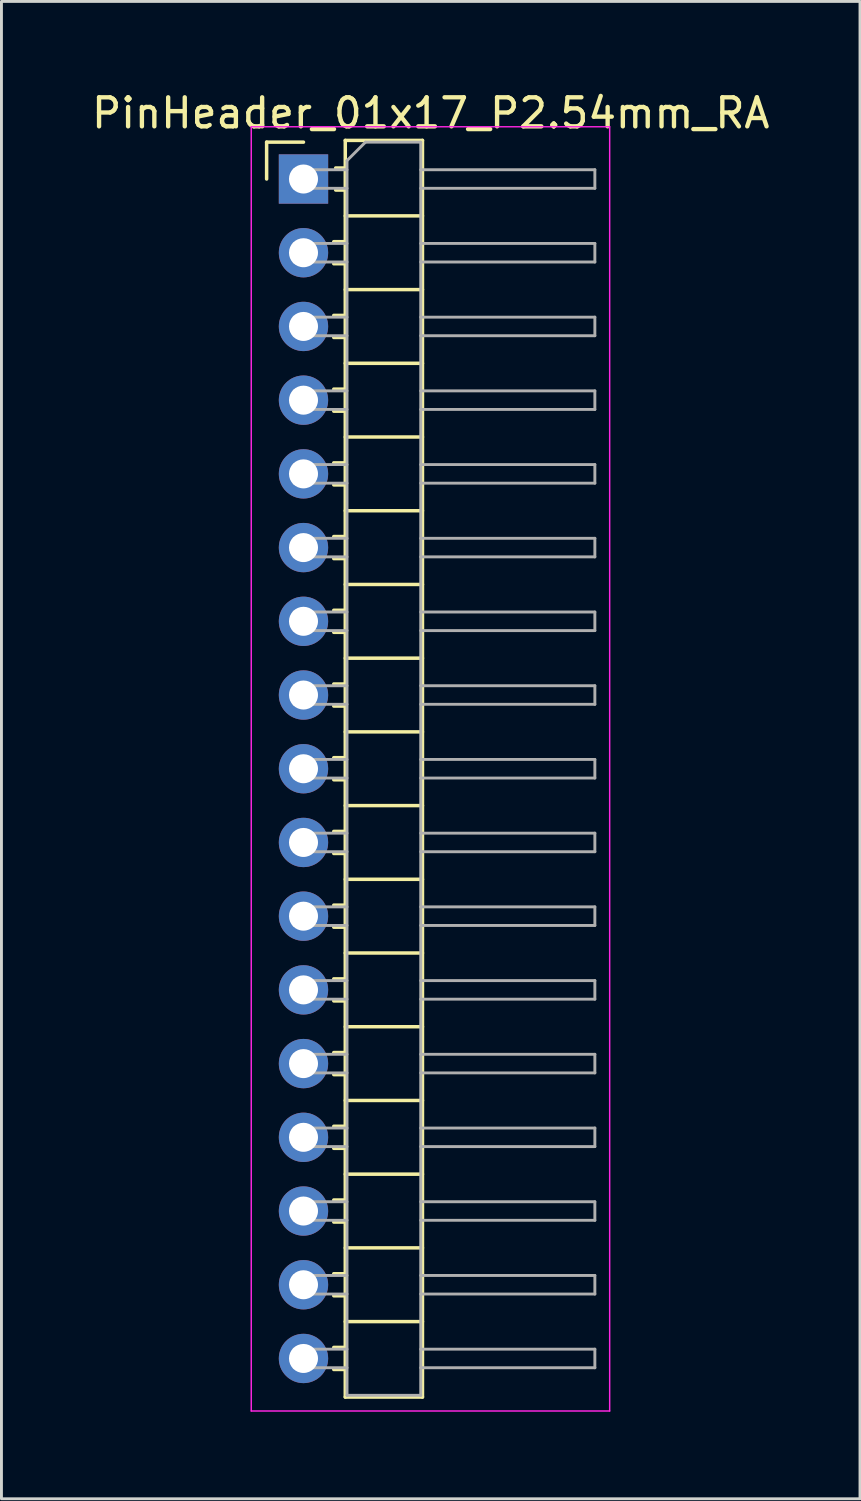
<source format=kicad_pcb>
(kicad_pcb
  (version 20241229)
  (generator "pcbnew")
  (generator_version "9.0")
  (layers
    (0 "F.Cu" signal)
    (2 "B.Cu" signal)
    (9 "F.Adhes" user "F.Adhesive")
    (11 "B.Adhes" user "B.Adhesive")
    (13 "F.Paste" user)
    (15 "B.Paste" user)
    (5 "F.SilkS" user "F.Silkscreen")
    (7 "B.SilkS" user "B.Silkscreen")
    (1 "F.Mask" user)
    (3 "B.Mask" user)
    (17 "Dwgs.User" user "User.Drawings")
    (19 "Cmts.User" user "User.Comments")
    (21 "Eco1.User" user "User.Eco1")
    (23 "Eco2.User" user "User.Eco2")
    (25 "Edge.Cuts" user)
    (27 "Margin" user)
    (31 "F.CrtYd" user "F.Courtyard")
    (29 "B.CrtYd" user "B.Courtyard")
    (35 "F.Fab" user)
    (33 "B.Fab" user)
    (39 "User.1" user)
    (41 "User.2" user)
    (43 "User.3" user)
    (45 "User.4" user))
  (footprint "PinHeader_01x17_P2.54mm_RA"
    (layer "F.Cu")
    (at 7.407 3.118)
    (property "Reference" "PinHeader_01x17_P2.54mm_RA" (at 4.385 -2.27 0) (layer "F.SilkS") (effects (font (size 1 1) (thickness 0.15))))
    (attr through_hole)
    (fp_line (start -1.27 -1.27) (end 0 -1.27) (stroke (width 0.12) (type solid)) (layer "F.SilkS"))
    (fp_line (start -1.27 0) (end -1.27 -1.27) (stroke (width 0.12) (type solid)) (layer "F.SilkS"))
    (fp_line (start 1.043 2.16) (end 1.44 2.16) (stroke (width 0.12) (type solid)) (layer "F.SilkS"))
    (fp_line (start 1.043 2.92) (end 1.44 2.92) (stroke (width 0.12) (type solid)) (layer "F.SilkS"))
    (fp_line (start 1.043 4.7) (end 1.44 4.7) (stroke (width 0.12) (type solid)) (layer "F.SilkS"))
    (fp_line (start 1.043 5.46) (end 1.44 5.46) (stroke (width 0.12) (type solid)) (layer "F.SilkS"))
    (fp_line (start 1.043 7.24) (end 1.44 7.24) (stroke (width 0.12) (type solid)) (layer "F.SilkS"))
    (fp_line (start 1.043 8) (end 1.44 8) (stroke (width 0.12) (type solid)) (layer "F.SilkS"))
    (fp_line (start 1.043 9.78) (end 1.44 9.78) (stroke (width 0.12) (type solid)) (layer "F.SilkS"))
    (fp_line (start 1.043 10.54) (end 1.44 10.54) (stroke (width 0.12) (type solid)) (layer "F.SilkS"))
    (fp_line (start 1.043 12.32) (end 1.44 12.32) (stroke (width 0.12) (type solid)) (layer "F.SilkS"))
    (fp_line (start 1.043 13.08) (end 1.44 13.08) (stroke (width 0.12) (type solid)) (layer "F.SilkS"))
    (fp_line (start 1.043 14.86) (end 1.44 14.86) (stroke (width 0.12) (type solid)) (layer "F.SilkS"))
    (fp_line (start 1.043 15.62) (end 1.44 15.62) (stroke (width 0.12) (type solid)) (layer "F.SilkS"))
    (fp_line (start 1.043 17.4) (end 1.44 17.4) (stroke (width 0.12) (type solid)) (layer "F.SilkS"))
    (fp_line (start 1.043 18.16) (end 1.44 18.16) (stroke (width 0.12) (type solid)) (layer "F.SilkS"))
    (fp_line (start 1.043 19.94) (end 1.44 19.94) (stroke (width 0.12) (type solid)) (layer "F.SilkS"))
    (fp_line (start 1.043 20.7) (end 1.44 20.7) (stroke (width 0.12) (type solid)) (layer "F.SilkS"))
    (fp_line (start 1.043 22.48) (end 1.44 22.48) (stroke (width 0.12) (type solid)) (layer "F.SilkS"))
    (fp_line (start 1.043 23.24) (end 1.44 23.24) (stroke (width 0.12) (type solid)) (layer "F.SilkS"))
    (fp_line (start 1.043 25.02) (end 1.44 25.02) (stroke (width 0.12) (type solid)) (layer "F.SilkS"))
    (fp_line (start 1.043 25.78) (end 1.44 25.78) (stroke (width 0.12) (type solid)) (layer "F.SilkS"))
    (fp_line (start 1.043 27.56) (end 1.44 27.56) (stroke (width 0.12) (type solid)) (layer "F.SilkS"))
    (fp_line (start 1.043 28.32) (end 1.44 28.32) (stroke (width 0.12) (type solid)) (layer "F.SilkS"))
    (fp_line (start 1.043 30.1) (end 1.44 30.1) (stroke (width 0.12) (type solid)) (layer "F.SilkS"))
    (fp_line (start 1.043 30.86) (end 1.44 30.86) (stroke (width 0.12) (type solid)) (layer "F.SilkS"))
    (fp_line (start 1.043 32.64) (end 1.44 32.64) (stroke (width 0.12) (type solid)) (layer "F.SilkS"))
    (fp_line (start 1.043 33.4) (end 1.44 33.4) (stroke (width 0.12) (type solid)) (layer "F.SilkS"))
    (fp_line (start 1.043 35.18) (end 1.44 35.18) (stroke (width 0.12) (type solid)) (layer "F.SilkS"))
    (fp_line (start 1.043 35.94) (end 1.44 35.94) (stroke (width 0.12) (type solid)) (layer "F.SilkS"))
    (fp_line (start 1.043 37.72) (end 1.44 37.72) (stroke (width 0.12) (type solid)) (layer "F.SilkS"))
    (fp_line (start 1.043 38.48) (end 1.44 38.48) (stroke (width 0.12) (type solid)) (layer "F.SilkS"))
    (fp_line (start 1.043 40.26) (end 1.44 40.26) (stroke (width 0.12) (type solid)) (layer "F.SilkS"))
    (fp_line (start 1.043 41.02) (end 1.44 41.02) (stroke (width 0.12) (type solid)) (layer "F.SilkS"))
    (fp_line (start 1.11 -0.38) (end 1.44 -0.38) (stroke (width 0.12) (type solid)) (layer "F.SilkS"))
    (fp_line (start 1.11 0.38) (end 1.44 0.38) (stroke (width 0.12) (type solid)) (layer "F.SilkS"))
    (fp_line (start 1.44 -1.33) (end 1.44 41.97) (stroke (width 0.12) (type solid)) (layer "F.SilkS"))
    (fp_line (start 1.44 1.27) (end 4.1 1.27) (stroke (width 0.12) (type solid)) (layer "F.SilkS"))
    (fp_line (start 1.44 3.81) (end 4.1 3.81) (stroke (width 0.12) (type solid)) (layer "F.SilkS"))
    (fp_line (start 1.44 6.35) (end 4.1 6.35) (stroke (width 0.12) (type solid)) (layer "F.SilkS"))
    (fp_line (start 1.44 8.89) (end 4.1 8.89) (stroke (width 0.12) (type solid)) (layer "F.SilkS"))
    (fp_line (start 1.44 11.43) (end 4.1 11.43) (stroke (width 0.12) (type solid)) (layer "F.SilkS"))
    (fp_line (start 1.44 13.97) (end 4.1 13.97) (stroke (width 0.12) (type solid)) (layer "F.SilkS"))
    (fp_line (start 1.44 16.51) (end 4.1 16.51) (stroke (width 0.12) (type solid)) (layer "F.SilkS"))
    (fp_line (start 1.44 19.05) (end 4.1 19.05) (stroke (width 0.12) (type solid)) (layer "F.SilkS"))
    (fp_line (start 1.44 21.59) (end 4.1 21.59) (stroke (width 0.12) (type solid)) (layer "F.SilkS"))
    (fp_line (start 1.44 24.13) (end 4.1 24.13) (stroke (width 0.12) (type solid)) (layer "F.SilkS"))
    (fp_line (start 1.44 26.67) (end 4.1 26.67) (stroke (width 0.12) (type solid)) (layer "F.SilkS"))
    (fp_line (start 1.44 29.21) (end 4.1 29.21) (stroke (width 0.12) (type solid)) (layer "F.SilkS"))
    (fp_line (start 1.44 31.75) (end 4.1 31.75) (stroke (width 0.12) (type solid)) (layer "F.SilkS"))
    (fp_line (start 1.44 34.29) (end 4.1 34.29) (stroke (width 0.12) (type solid)) (layer "F.SilkS"))
    (fp_line (start 1.44 36.83) (end 4.1 36.83) (stroke (width 0.12) (type solid)) (layer "F.SilkS"))
    (fp_line (start 1.44 39.37) (end 4.1 39.37) (stroke (width 0.12) (type solid)) (layer "F.SilkS"))
    (fp_line (start 1.44 41.97) (end 4.1 41.97) (stroke (width 0.12) (type solid)) (layer "F.SilkS"))
    (fp_line (start 4.1 -1.33) (end 1.44 -1.33) (stroke (width 0.12) (type solid)) (layer "F.SilkS"))
    (fp_line (start 4.1 41.97) (end 4.1 -1.33) (stroke (width 0.12) (type solid)) (layer "F.SilkS"))
    (fp_line (start -1.8 -1.8) (end -1.8 42.45) (stroke (width 0.05) (type solid)) (layer "F.CrtYd"))
    (fp_line (start -1.8 42.45) (end 10.55 42.45) (stroke (width 0.05) (type solid)) (layer "F.CrtYd"))
    (fp_line (start 10.55 -1.8) (end -1.8 -1.8) (stroke (width 0.05) (type solid)) (layer "F.CrtYd"))
    (fp_line (start 10.55 42.45) (end 10.55 -1.8) (stroke (width 0.05) (type solid)) (layer "F.CrtYd"))
    (fp_line (start -0.32 -0.32) (end -0.32 0.32) (stroke (width 0.1) (type solid)) (layer "F.Fab"))
    (fp_line (start -0.32 -0.32) (end 1.5 -0.32) (stroke (width 0.1) (type solid)) (layer "F.Fab"))
    (fp_line (start -0.32 0.32) (end 1.5 0.32) (stroke (width 0.1) (type solid)) (layer "F.Fab"))
    (fp_line (start -0.32 2.22) (end -0.32 2.86) (stroke (width 0.1) (type solid)) (layer "F.Fab"))
    (fp_line (start -0.32 2.22) (end 1.5 2.22) (stroke (width 0.1) (type solid)) (layer "F.Fab"))
    (fp_line (start -0.32 2.86) (end 1.5 2.86) (stroke (width 0.1) (type solid)) (layer "F.Fab"))
    (fp_line (start -0.32 4.76) (end -0.32 5.4) (stroke (width 0.1) (type solid)) (layer "F.Fab"))
    (fp_line (start -0.32 4.76) (end 1.5 4.76) (stroke (width 0.1) (type solid)) (layer "F.Fab"))
    (fp_line (start -0.32 5.4) (end 1.5 5.4) (stroke (width 0.1) (type solid)) (layer "F.Fab"))
    (fp_line (start -0.32 7.3) (end -0.32 7.94) (stroke (width 0.1) (type solid)) (layer "F.Fab"))
    (fp_line (start -0.32 7.3) (end 1.5 7.3) (stroke (width 0.1) (type solid)) (layer "F.Fab"))
    (fp_line (start -0.32 7.94) (end 1.5 7.94) (stroke (width 0.1) (type solid)) (layer "F.Fab"))
    (fp_line (start -0.32 9.84) (end -0.32 10.48) (stroke (width 0.1) (type solid)) (layer "F.Fab"))
    (fp_line (start -0.32 9.84) (end 1.5 9.84) (stroke (width 0.1) (type solid)) (layer "F.Fab"))
    (fp_line (start -0.32 10.48) (end 1.5 10.48) (stroke (width 0.1) (type solid)) (layer "F.Fab"))
    (fp_line (start -0.32 12.38) (end -0.32 13.02) (stroke (width 0.1) (type solid)) (layer "F.Fab"))
    (fp_line (start -0.32 12.38) (end 1.5 12.38) (stroke (width 0.1) (type solid)) (layer "F.Fab"))
    (fp_line (start -0.32 13.02) (end 1.5 13.02) (stroke (width 0.1) (type solid)) (layer "F.Fab"))
    (fp_line (start -0.32 14.92) (end -0.32 15.56) (stroke (width 0.1) (type solid)) (layer "F.Fab"))
    (fp_line (start -0.32 14.92) (end 1.5 14.92) (stroke (width 0.1) (type solid)) (layer "F.Fab"))
    (fp_line (start -0.32 15.56) (end 1.5 15.56) (stroke (width 0.1) (type solid)) (layer "F.Fab"))
    (fp_line (start -0.32 17.46) (end -0.32 18.1) (stroke (width 0.1) (type solid)) (layer "F.Fab"))
    (fp_line (start -0.32 17.46) (end 1.5 17.46) (stroke (width 0.1) (type solid)) (layer "F.Fab"))
    (fp_line (start -0.32 18.1) (end 1.5 18.1) (stroke (width 0.1) (type solid)) (layer "F.Fab"))
    (fp_line (start -0.32 20) (end -0.32 20.64) (stroke (width 0.1) (type solid)) (layer "F.Fab"))
    (fp_line (start -0.32 20) (end 1.5 20) (stroke (width 0.1) (type solid)) (layer "F.Fab"))
    (fp_line (start -0.32 20.64) (end 1.5 20.64) (stroke (width 0.1) (type solid)) (layer "F.Fab"))
    (fp_line (start -0.32 22.54) (end -0.32 23.18) (stroke (width 0.1) (type solid)) (layer "F.Fab"))
    (fp_line (start -0.32 22.54) (end 1.5 22.54) (stroke (width 0.1) (type solid)) (layer "F.Fab"))
    (fp_line (start -0.32 23.18) (end 1.5 23.18) (stroke (width 0.1) (type solid)) (layer "F.Fab"))
    (fp_line (start -0.32 25.08) (end -0.32 25.72) (stroke (width 0.1) (type solid)) (layer "F.Fab"))
    (fp_line (start -0.32 25.08) (end 1.5 25.08) (stroke (width 0.1) (type solid)) (layer "F.Fab"))
    (fp_line (start -0.32 25.72) (end 1.5 25.72) (stroke (width 0.1) (type solid)) (layer "F.Fab"))
    (fp_line (start -0.32 27.62) (end -0.32 28.26) (stroke (width 0.1) (type solid)) (layer "F.Fab"))
    (fp_line (start -0.32 27.62) (end 1.5 27.62) (stroke (width 0.1) (type solid)) (layer "F.Fab"))
    (fp_line (start -0.32 28.26) (end 1.5 28.26) (stroke (width 0.1) (type solid)) (layer "F.Fab"))
    (fp_line (start -0.32 30.16) (end -0.32 30.8) (stroke (width 0.1) (type solid)) (layer "F.Fab"))
    (fp_line (start -0.32 30.16) (end 1.5 30.16) (stroke (width 0.1) (type solid)) (layer "F.Fab"))
    (fp_line (start -0.32 30.8) (end 1.5 30.8) (stroke (width 0.1) (type solid)) (layer "F.Fab"))
    (fp_line (start -0.32 32.7) (end -0.32 33.34) (stroke (width 0.1) (type solid)) (layer "F.Fab"))
    (fp_line (start -0.32 32.7) (end 1.5 32.7) (stroke (width 0.1) (type solid)) (layer "F.Fab"))
    (fp_line (start -0.32 33.34) (end 1.5 33.34) (stroke (width 0.1) (type solid)) (layer "F.Fab"))
    (fp_line (start -0.32 35.24) (end -0.32 35.88) (stroke (width 0.1) (type solid)) (layer "F.Fab"))
    (fp_line (start -0.32 35.24) (end 1.5 35.24) (stroke (width 0.1) (type solid)) (layer "F.Fab"))
    (fp_line (start -0.32 35.88) (end 1.5 35.88) (stroke (width 0.1) (type solid)) (layer "F.Fab"))
    (fp_line (start -0.32 37.78) (end -0.32 38.42) (stroke (width 0.1) (type solid)) (layer "F.Fab"))
    (fp_line (start -0.32 37.78) (end 1.5 37.78) (stroke (width 0.1) (type solid)) (layer "F.Fab"))
    (fp_line (start -0.32 38.42) (end 1.5 38.42) (stroke (width 0.1) (type solid)) (layer "F.Fab"))
    (fp_line (start -0.32 40.32) (end -0.32 40.96) (stroke (width 0.1) (type solid)) (layer "F.Fab"))
    (fp_line (start -0.32 40.32) (end 1.5 40.32) (stroke (width 0.1) (type solid)) (layer "F.Fab"))
    (fp_line (start -0.32 40.96) (end 1.5 40.96) (stroke (width 0.1) (type solid)) (layer "F.Fab"))
    (fp_line (start 1.5 -0.635) (end 2.135 -1.27) (stroke (width 0.1) (type solid)) (layer "F.Fab"))
    (fp_line (start 1.5 41.91) (end 1.5 -0.635) (stroke (width 0.1) (type solid)) (layer "F.Fab"))
    (fp_line (start 2.135 -1.27) (end 4.04 -1.27) (stroke (width 0.1) (type solid)) (layer "F.Fab"))
    (fp_line (start 4.04 -1.27) (end 4.04 41.91) (stroke (width 0.1) (type solid)) (layer "F.Fab"))
    (fp_line (start 4.04 -0.32) (end 10.04 -0.32) (stroke (width 0.1) (type solid)) (layer "F.Fab"))
    (fp_line (start 4.04 0.32) (end 10.04 0.32) (stroke (width 0.1) (type solid)) (layer "F.Fab"))
    (fp_line (start 4.04 2.22) (end 10.04 2.22) (stroke (width 0.1) (type solid)) (layer "F.Fab"))
    (fp_line (start 4.04 2.86) (end 10.04 2.86) (stroke (width 0.1) (type solid)) (layer "F.Fab"))
    (fp_line (start 4.04 4.76) (end 10.04 4.76) (stroke (width 0.1) (type solid)) (layer "F.Fab"))
    (fp_line (start 4.04 5.4) (end 10.04 5.4) (stroke (width 0.1) (type solid)) (layer "F.Fab"))
    (fp_line (start 4.04 7.3) (end 10.04 7.3) (stroke (width 0.1) (type solid)) (layer "F.Fab"))
    (fp_line (start 4.04 7.94) (end 10.04 7.94) (stroke (width 0.1) (type solid)) (layer "F.Fab"))
    (fp_line (start 4.04 9.84) (end 10.04 9.84) (stroke (width 0.1) (type solid)) (layer "F.Fab"))
    (fp_line (start 4.04 10.48) (end 10.04 10.48) (stroke (width 0.1) (type solid)) (layer "F.Fab"))
    (fp_line (start 4.04 12.38) (end 10.04 12.38) (stroke (width 0.1) (type solid)) (layer "F.Fab"))
    (fp_line (start 4.04 13.02) (end 10.04 13.02) (stroke (width 0.1) (type solid)) (layer "F.Fab"))
    (fp_line (start 4.04 14.92) (end 10.04 14.92) (stroke (width 0.1) (type solid)) (layer "F.Fab"))
    (fp_line (start 4.04 15.56) (end 10.04 15.56) (stroke (width 0.1) (type solid)) (layer "F.Fab"))
    (fp_line (start 4.04 17.46) (end 10.04 17.46) (stroke (width 0.1) (type solid)) (layer "F.Fab"))
    (fp_line (start 4.04 18.1) (end 10.04 18.1) (stroke (width 0.1) (type solid)) (layer "F.Fab"))
    (fp_line (start 4.04 20) (end 10.04 20) (stroke (width 0.1) (type solid)) (layer "F.Fab"))
    (fp_line (start 4.04 20.64) (end 10.04 20.64) (stroke (width 0.1) (type solid)) (layer "F.Fab"))
    (fp_line (start 4.04 22.54) (end 10.04 22.54) (stroke (width 0.1) (type solid)) (layer "F.Fab"))
    (fp_line (start 4.04 23.18) (end 10.04 23.18) (stroke (width 0.1) (type solid)) (layer "F.Fab"))
    (fp_line (start 4.04 25.08) (end 10.04 25.08) (stroke (width 0.1) (type solid)) (layer "F.Fab"))
    (fp_line (start 4.04 25.72) (end 10.04 25.72) (stroke (width 0.1) (type solid)) (layer "F.Fab"))
    (fp_line (start 4.04 27.62) (end 10.04 27.62) (stroke (width 0.1) (type solid)) (layer "F.Fab"))
    (fp_line (start 4.04 28.26) (end 10.04 28.26) (stroke (width 0.1) (type solid)) (layer "F.Fab"))
    (fp_line (start 4.04 30.16) (end 10.04 30.16) (stroke (width 0.1) (type solid)) (layer "F.Fab"))
    (fp_line (start 4.04 30.8) (end 10.04 30.8) (stroke (width 0.1) (type solid)) (layer "F.Fab"))
    (fp_line (start 4.04 32.7) (end 10.04 32.7) (stroke (width 0.1) (type solid)) (layer "F.Fab"))
    (fp_line (start 4.04 33.34) (end 10.04 33.34) (stroke (width 0.1) (type solid)) (layer "F.Fab"))
    (fp_line (start 4.04 35.24) (end 10.04 35.24) (stroke (width 0.1) (type solid)) (layer "F.Fab"))
    (fp_line (start 4.04 35.88) (end 10.04 35.88) (stroke (width 0.1) (type solid)) (layer "F.Fab"))
    (fp_line (start 4.04 37.78) (end 10.04 37.78) (stroke (width 0.1) (type solid)) (layer "F.Fab"))
    (fp_line (start 4.04 38.42) (end 10.04 38.42) (stroke (width 0.1) (type solid)) (layer "F.Fab"))
    (fp_line (start 4.04 40.32) (end 10.04 40.32) (stroke (width 0.1) (type solid)) (layer "F.Fab"))
    (fp_line (start 4.04 40.96) (end 10.04 40.96) (stroke (width 0.1) (type solid)) (layer "F.Fab"))
    (fp_line (start 4.04 41.91) (end 1.5 41.91) (stroke (width 0.1) (type solid)) (layer "F.Fab"))
    (fp_line (start 10.04 -0.32) (end 10.04 0.32) (stroke (width 0.1) (type solid)) (layer "F.Fab"))
    (fp_line (start 10.04 2.22) (end 10.04 2.86) (stroke (width 0.1) (type solid)) (layer "F.Fab"))
    (fp_line (start 10.04 4.76) (end 10.04 5.4) (stroke (width 0.1) (type solid)) (layer "F.Fab"))
    (fp_line (start 10.04 7.3) (end 10.04 7.94) (stroke (width 0.1) (type solid)) (layer "F.Fab"))
    (fp_line (start 10.04 9.84) (end 10.04 10.48) (stroke (width 0.1) (type solid)) (layer "F.Fab"))
    (fp_line (start 10.04 12.38) (end 10.04 13.02) (stroke (width 0.1) (type solid)) (layer "F.Fab"))
    (fp_line (start 10.04 14.92) (end 10.04 15.56) (stroke (width 0.1) (type solid)) (layer "F.Fab"))
    (fp_line (start 10.04 17.46) (end 10.04 18.1) (stroke (width 0.1) (type solid)) (layer "F.Fab"))
    (fp_line (start 10.04 20) (end 10.04 20.64) (stroke (width 0.1) (type solid)) (layer "F.Fab"))
    (fp_line (start 10.04 22.54) (end 10.04 23.18) (stroke (width 0.1) (type solid)) (layer "F.Fab"))
    (fp_line (start 10.04 25.08) (end 10.04 25.72) (stroke (width 0.1) (type solid)) (layer "F.Fab"))
    (fp_line (start 10.04 27.62) (end 10.04 28.26) (stroke (width 0.1) (type solid)) (layer "F.Fab"))
    (fp_line (start 10.04 30.16) (end 10.04 30.8) (stroke (width 0.1) (type solid)) (layer "F.Fab"))
    (fp_line (start 10.04 32.7) (end 10.04 33.34) (stroke (width 0.1) (type solid)) (layer "F.Fab"))
    (fp_line (start 10.04 35.24) (end 10.04 35.88) (stroke (width 0.1) (type solid)) (layer "F.Fab"))
    (fp_line (start 10.04 37.78) (end 10.04 38.42) (stroke (width 0.1) (type solid)) (layer "F.Fab"))
    (fp_line (start 10.04 40.32) (end 10.04 40.96) (stroke (width 0.1) (type solid)) (layer "F.Fab"))
    (pad "1" thru_hole rect (at 0 0) (size 1.7 1.7) (drill 1) (layers "*.Cu" "*.Mask"))
    (pad "2" thru_hole oval (at 0 2.54) (size 1.7 1.7) (drill 1) (layers "*.Cu" "*.Mask"))
    (pad "3" thru_hole oval (at 0 5.08) (size 1.7 1.7) (drill 1) (layers "*.Cu" "*.Mask"))
    (pad "4" thru_hole oval (at 0 7.62) (size 1.7 1.7) (drill 1) (layers "*.Cu" "*.Mask"))
    (pad "5" thru_hole oval (at 0 10.16) (size 1.7 1.7) (drill 1) (layers "*.Cu" "*.Mask"))
    (pad "6" thru_hole oval (at 0 12.7) (size 1.7 1.7) (drill 1) (layers "*.Cu" "*.Mask"))
    (pad "7" thru_hole oval (at 0 15.24) (size 1.7 1.7) (drill 1) (layers "*.Cu" "*.Mask"))
    (pad "8" thru_hole oval (at 0 17.78) (size 1.7 1.7) (drill 1) (layers "*.Cu" "*.Mask"))
    (pad "9" thru_hole oval (at 0 20.32) (size 1.7 1.7) (drill 1) (layers "*.Cu" "*.Mask"))
    (pad "10" thru_hole oval (at 0 22.86) (size 1.7 1.7) (drill 1) (layers "*.Cu" "*.Mask"))
    (pad "11" thru_hole oval (at 0 25.4) (size 1.7 1.7) (drill 1) (layers "*.Cu" "*.Mask"))
    (pad "12" thru_hole oval (at 0 27.94) (size 1.7 1.7) (drill 1) (layers "*.Cu" "*.Mask"))
    (pad "13" thru_hole oval (at 0 30.48) (size 1.7 1.7) (drill 1) (layers "*.Cu" "*.Mask"))
    (pad "14" thru_hole oval (at 0 33.02) (size 1.7 1.7) (drill 1) (layers "*.Cu" "*.Mask"))
    (pad "15" thru_hole oval (at 0 35.56) (size 1.7 1.7) (drill 1) (layers "*.Cu" "*.Mask"))
    (pad "16" thru_hole oval (at 0 38.1) (size 1.7 1.7) (drill 1) (layers "*.Cu" "*.Mask"))
    (pad "17" thru_hole oval (at 0 40.64) (size 1.7 1.7) (drill 1) (layers "*.Cu" "*.Mask")))
  (gr_rect
    (start -3 -3)
    (end 26.583 48.593)
    (stroke (width 0.1) (type default))
    (fill no)
    (layer "Edge.Cuts")))
</source>
